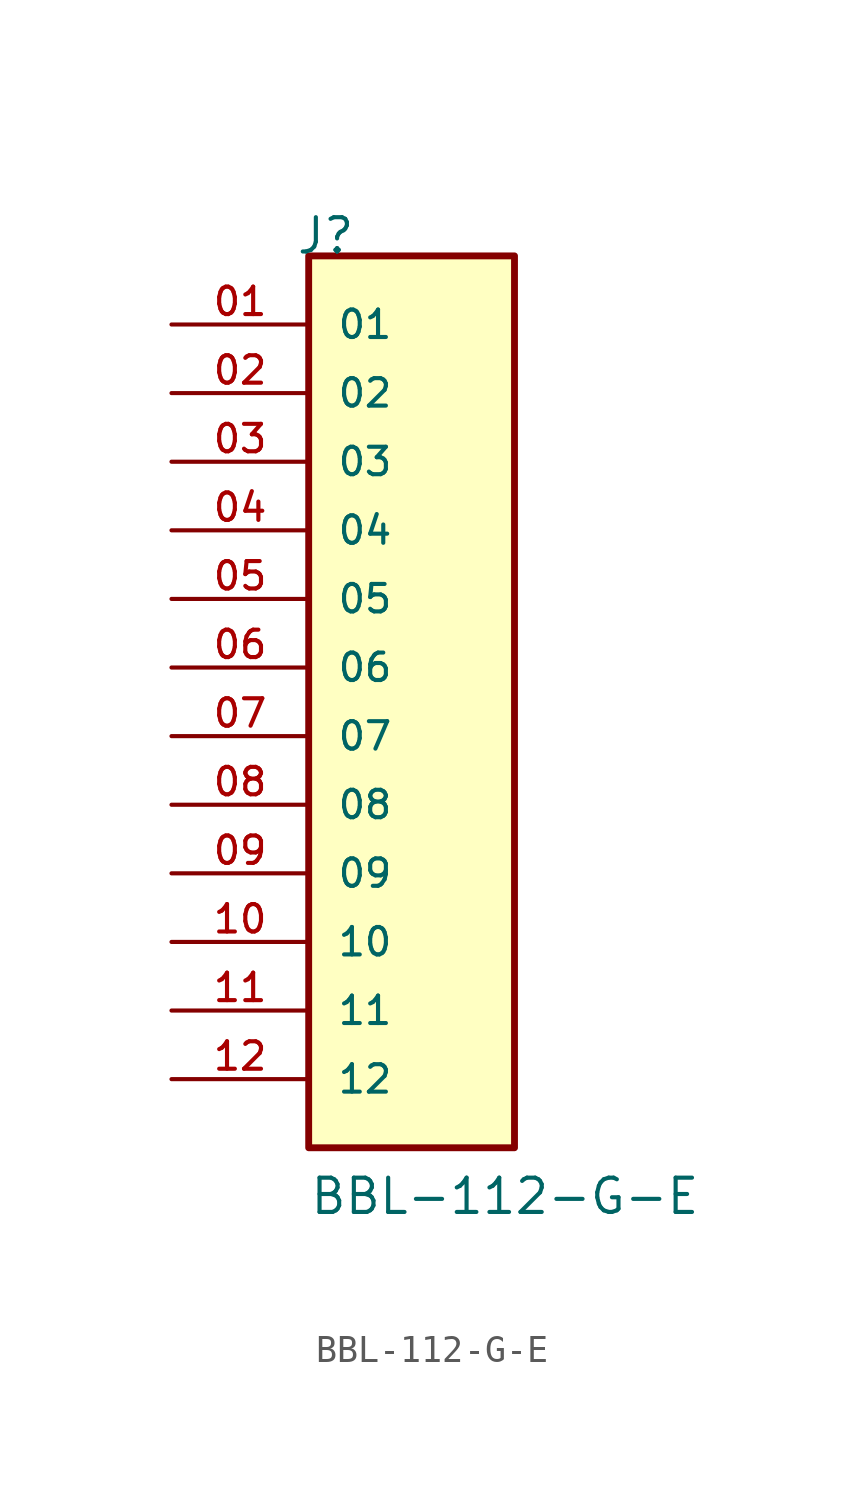
<source format=kicad_sym>
(kicad_symbol_lib
  (version 20211014)
  (generator kicad_symbol_editor)
  (symbol "BBL-112-G-E"
    (pin_names
      (offset 1.016))
    (property "Reference" "J"
      (at -8.12 17.78 0)
      (effects (font (size 1.27 1.27)) (justify bottom left)))
    (property "Value" "BBL-112-G-E"
      (at -7.62 -17.78 0)
      (effects (font (size 1.27 1.27)) (justify bottom left)))
    (symbol "BBL-112-G-E_0_0"
      (rectangle (start -7.62 -15.24) (end 0 17.78) (stroke (width 0.254)) (fill (type background)))
      (pin passive line (at -12.7 15.24 0) (length 5.08) (name "01" (effects (font (size 1.016 1.016)))) (number "01" (effects (font (size 1.016 1.016)))))
      (pin passive line (at -12.7 12.7 0) (length 5.08) (name "02" (effects (font (size 1.016 1.016)))) (number "02" (effects (font (size 1.016 1.016)))))
      (pin passive line (at -12.7 10.16 0) (length 5.08) (name "03" (effects (font (size 1.016 1.016)))) (number "03" (effects (font (size 1.016 1.016)))))
      (pin passive line (at -12.7 7.62 0) (length 5.08) (name "04" (effects (font (size 1.016 1.016)))) (number "04" (effects (font (size 1.016 1.016)))))
      (pin passive line (at -12.7 5.08 0) (length 5.08) (name "05" (effects (font (size 1.016 1.016)))) (number "05" (effects (font (size 1.016 1.016)))))
      (pin passive line (at -12.7 2.54 0) (length 5.08) (name "06" (effects (font (size 1.016 1.016)))) (number "06" (effects (font (size 1.016 1.016)))))
      (pin passive line (at -12.7 0.0 0) (length 5.08) (name "07" (effects (font (size 1.016 1.016)))) (number "07" (effects (font (size 1.016 1.016)))))
      (pin passive line (at -12.7 -2.54 0) (length 5.08) (name "08" (effects (font (size 1.016 1.016)))) (number "08" (effects (font (size 1.016 1.016)))))
      (pin passive line (at -12.7 -5.08 0) (length 5.08) (name "09" (effects (font (size 1.016 1.016)))) (number "09" (effects (font (size 1.016 1.016)))))
      (pin passive line (at -12.7 -7.62 0) (length 5.08) (name "10" (effects (font (size 1.016 1.016)))) (number "10" (effects (font (size 1.016 1.016)))))
      (pin passive line (at -12.7 -10.16 0) (length 5.08) (name "11" (effects (font (size 1.016 1.016)))) (number "11" (effects (font (size 1.016 1.016)))))
      (pin passive line (at -12.7 -12.7 0) (length 5.08) (name "12" (effects (font (size 1.016 1.016)))) (number "12" (effects (font (size 1.016 1.016))))))))
</source>
